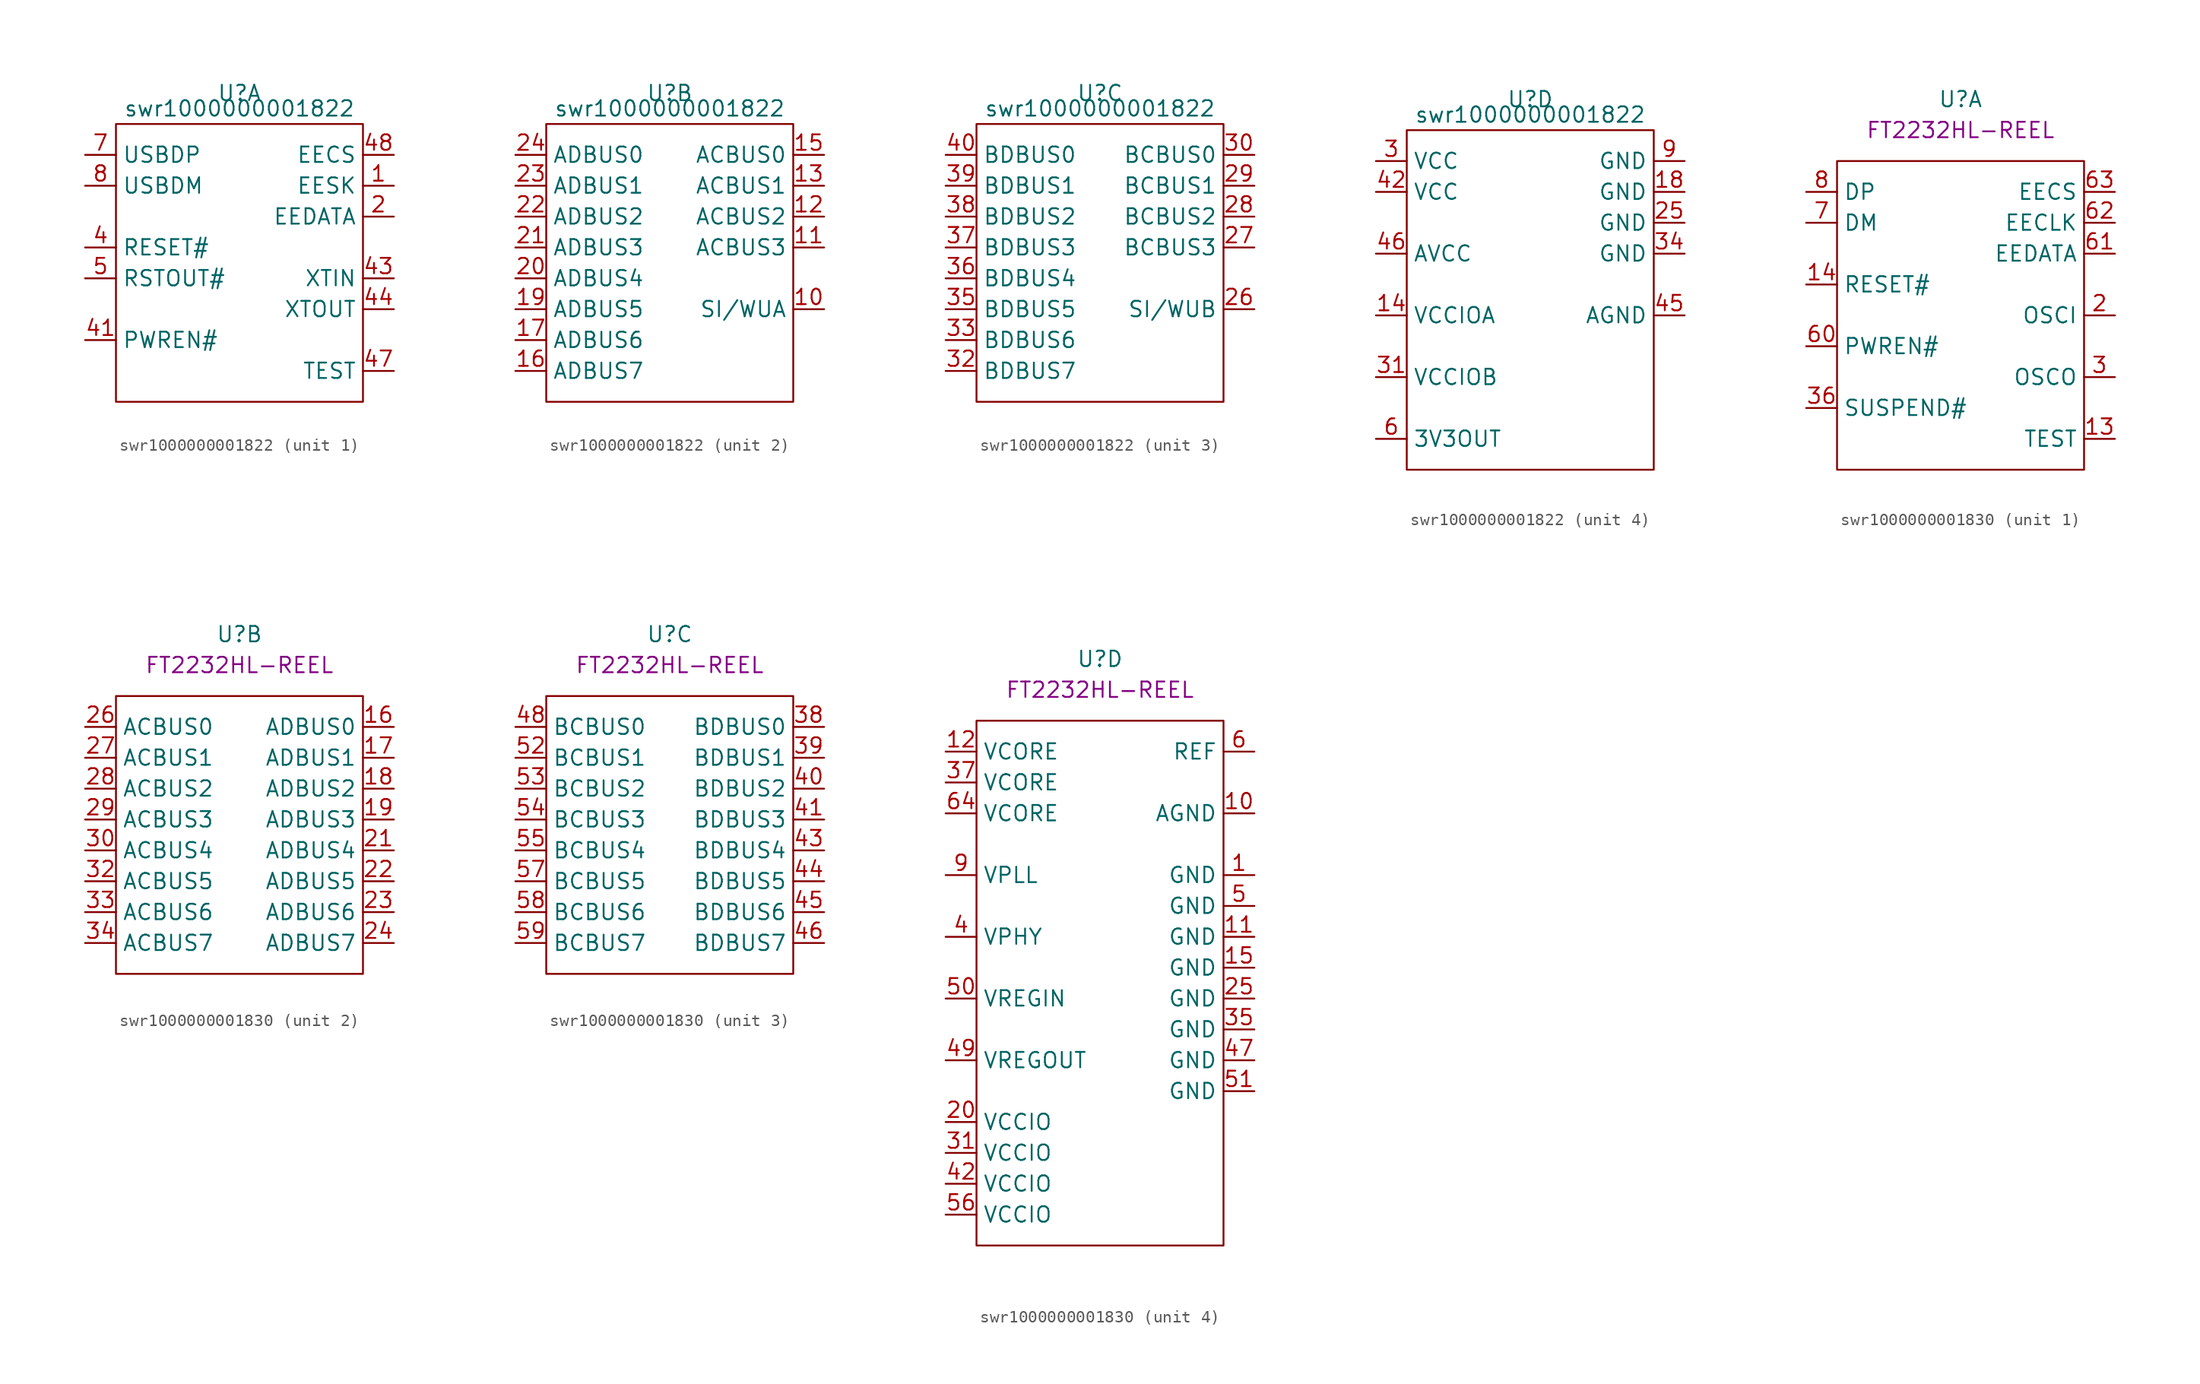
<source format=kicad_sym>
(kicad_symbol_lib
  (version 20211014)
  (generator kicad_symbol_editor)
  (symbol "swr1000000001822"
    (property "Reference" "U"
      (at 0 2.54 0)
      (effects (font (size 1.27 1.27))))
    (property "Value" "swr1000000001822"
      (at 0 1.27 0)
      (effects (font (size 1.27 1.27))))
    (property "ki_locked" ""
      (at 0 0 0)
      (effects (font (size 1.27 1.27))))
    (symbol "swr1000000001822_1_1"
      (rectangle (start -10.16 0) (end 10.16 -22.86) (stroke (width 0) (type default) (color 0 0 0 0)) (fill (type none)))
      (pin unspecified line (at 12.7 -5.08 180) (length 2.54) (name "EESK" (effects (font (size 1.27 1.27)))) (number "1" (effects (font (size 1.27 1.27)))))
      (pin unspecified line (at 12.7 -7.62 180) (length 2.54) (name "EEDATA" (effects (font (size 1.27 1.27)))) (number "2" (effects (font (size 1.27 1.27)))))
      (pin unspecified line (at -12.7 -10.16 0) (length 2.54) (name "RESET#" (effects (font (size 1.27 1.27)))) (number "4" (effects (font (size 1.27 1.27)))))
      (pin unspecified line (at -12.7 -17.78 0) (length 2.54) (name "PWREN#" (effects (font (size 1.27 1.27)))) (number "41" (effects (font (size 1.27 1.27)))))
      (pin unspecified line (at 12.7 -12.7 180) (length 2.54) (name "XTIN" (effects (font (size 1.27 1.27)))) (number "43" (effects (font (size 1.27 1.27)))))
      (pin unspecified line (at 12.7 -15.24 180) (length 2.54) (name "XTOUT" (effects (font (size 1.27 1.27)))) (number "44" (effects (font (size 1.27 1.27)))))
      (pin unspecified line (at 12.7 -20.32 180) (length 2.54) (name "TEST" (effects (font (size 1.27 1.27)))) (number "47" (effects (font (size 1.27 1.27)))))
      (pin unspecified line (at 12.7 -2.54 180) (length 2.54) (name "EECS" (effects (font (size 1.27 1.27)))) (number "48" (effects (font (size 1.27 1.27)))))
      (pin unspecified line (at -12.7 -12.7 0) (length 2.54) (name "RSTOUT#" (effects (font (size 1.27 1.27)))) (number "5" (effects (font (size 1.27 1.27)))))
      (pin unspecified line (at -12.7 -2.54 0) (length 2.54) (name "USBDP" (effects (font (size 1.27 1.27)))) (number "7" (effects (font (size 1.27 1.27)))))
      (pin unspecified line (at -12.7 -5.08 0) (length 2.54) (name "USBDM" (effects (font (size 1.27 1.27)))) (number "8" (effects (font (size 1.27 1.27))))))
    (symbol "swr1000000001822_2_1"
      (rectangle (start -10.16 0) (end 10.16 -22.86) (stroke (width 0) (type default) (color 0 0 0 0)) (fill (type none)))
      (pin unspecified line (at 12.7 -15.24 180) (length 2.54) (name "SI/WUA" (effects (font (size 1.27 1.27)))) (number "10" (effects (font (size 1.27 1.27)))))
      (pin unspecified line (at 12.7 -10.16 180) (length 2.54) (name "ACBUS3" (effects (font (size 1.27 1.27)))) (number "11" (effects (font (size 1.27 1.27)))))
      (pin unspecified line (at 12.7 -7.62 180) (length 2.54) (name "ACBUS2" (effects (font (size 1.27 1.27)))) (number "12" (effects (font (size 1.27 1.27)))))
      (pin unspecified line (at 12.7 -5.08 180) (length 2.54) (name "ACBUS1" (effects (font (size 1.27 1.27)))) (number "13" (effects (font (size 1.27 1.27)))))
      (pin unspecified line (at 12.7 -2.54 180) (length 2.54) (name "ACBUS0" (effects (font (size 1.27 1.27)))) (number "15" (effects (font (size 1.27 1.27)))))
      (pin unspecified line (at -12.7 -20.32 0) (length 2.54) (name "ADBUS7" (effects (font (size 1.27 1.27)))) (number "16" (effects (font (size 1.27 1.27)))))
      (pin unspecified line (at -12.7 -17.78 0) (length 2.54) (name "ADBUS6" (effects (font (size 1.27 1.27)))) (number "17" (effects (font (size 1.27 1.27)))))
      (pin unspecified line (at -12.7 -15.24 0) (length 2.54) (name "ADBUS5" (effects (font (size 1.27 1.27)))) (number "19" (effects (font (size 1.27 1.27)))))
      (pin unspecified line (at -12.7 -12.7 0) (length 2.54) (name "ADBUS4" (effects (font (size 1.27 1.27)))) (number "20" (effects (font (size 1.27 1.27)))))
      (pin unspecified line (at -12.7 -10.16 0) (length 2.54) (name "ADBUS3" (effects (font (size 1.27 1.27)))) (number "21" (effects (font (size 1.27 1.27)))))
      (pin unspecified line (at -12.7 -7.62 0) (length 2.54) (name "ADBUS2" (effects (font (size 1.27 1.27)))) (number "22" (effects (font (size 1.27 1.27)))))
      (pin unspecified line (at -12.7 -5.08 0) (length 2.54) (name "ADBUS1" (effects (font (size 1.27 1.27)))) (number "23" (effects (font (size 1.27 1.27)))))
      (pin unspecified line (at -12.7 -2.54 0) (length 2.54) (name "ADBUS0" (effects (font (size 1.27 1.27)))) (number "24" (effects (font (size 1.27 1.27))))))
    (symbol "swr1000000001822_3_1"
      (rectangle (start -10.16 0) (end 10.16 -22.86) (stroke (width 0) (type default) (color 0 0 0 0)) (fill (type none)))
      (pin unspecified line (at 12.7 -15.24 180) (length 2.54) (name "SI/WUB" (effects (font (size 1.27 1.27)))) (number "26" (effects (font (size 1.27 1.27)))))
      (pin unspecified line (at 12.7 -10.16 180) (length 2.54) (name "BCBUS3" (effects (font (size 1.27 1.27)))) (number "27" (effects (font (size 1.27 1.27)))))
      (pin unspecified line (at 12.7 -7.62 180) (length 2.54) (name "BCBUS2" (effects (font (size 1.27 1.27)))) (number "28" (effects (font (size 1.27 1.27)))))
      (pin unspecified line (at 12.7 -5.08 180) (length 2.54) (name "BCBUS1" (effects (font (size 1.27 1.27)))) (number "29" (effects (font (size 1.27 1.27)))))
      (pin unspecified line (at 12.7 -2.54 180) (length 2.54) (name "BCBUS0" (effects (font (size 1.27 1.27)))) (number "30" (effects (font (size 1.27 1.27)))))
      (pin unspecified line (at -12.7 -20.32 0) (length 2.54) (name "BDBUS7" (effects (font (size 1.27 1.27)))) (number "32" (effects (font (size 1.27 1.27)))))
      (pin unspecified line (at -12.7 -17.78 0) (length 2.54) (name "BDBUS6" (effects (font (size 1.27 1.27)))) (number "33" (effects (font (size 1.27 1.27)))))
      (pin unspecified line (at -12.7 -15.24 0) (length 2.54) (name "BDBUS5" (effects (font (size 1.27 1.27)))) (number "35" (effects (font (size 1.27 1.27)))))
      (pin unspecified line (at -12.7 -12.7 0) (length 2.54) (name "BDBUS4" (effects (font (size 1.27 1.27)))) (number "36" (effects (font (size 1.27 1.27)))))
      (pin unspecified line (at -12.7 -10.16 0) (length 2.54) (name "BDBUS3" (effects (font (size 1.27 1.27)))) (number "37" (effects (font (size 1.27 1.27)))))
      (pin unspecified line (at -12.7 -7.62 0) (length 2.54) (name "BDBUS2" (effects (font (size 1.27 1.27)))) (number "38" (effects (font (size 1.27 1.27)))))
      (pin unspecified line (at -12.7 -5.08 0) (length 2.54) (name "BDBUS1" (effects (font (size 1.27 1.27)))) (number "39" (effects (font (size 1.27 1.27)))))
      (pin unspecified line (at -12.7 -2.54 0) (length 2.54) (name "BDBUS0" (effects (font (size 1.27 1.27)))) (number "40" (effects (font (size 1.27 1.27))))))
    (symbol "swr1000000001822_4_1"
      (rectangle (start -10.16 0) (end 10.16 -27.94) (stroke (width 0) (type default) (color 0 0 0 0)) (fill (type none)))
      (pin unspecified line (at -12.7 -15.24 0) (length 2.54) (name "VCCIOA" (effects (font (size 1.27 1.27)))) (number "14" (effects (font (size 1.27 1.27)))))
      (pin unspecified line (at 12.7 -5.08 180) (length 2.54) (name "GND" (effects (font (size 1.27 1.27)))) (number "18" (effects (font (size 1.27 1.27)))))
      (pin unspecified line (at 12.7 -7.62 180) (length 2.54) (name "GND" (effects (font (size 1.27 1.27)))) (number "25" (effects (font (size 1.27 1.27)))))
      (pin unspecified line (at -12.7 -2.54 0) (length 2.54) (name "VCC" (effects (font (size 1.27 1.27)))) (number "3" (effects (font (size 1.27 1.27)))))
      (pin unspecified line (at -12.7 -20.32 0) (length 2.54) (name "VCCIOB" (effects (font (size 1.27 1.27)))) (number "31" (effects (font (size 1.27 1.27)))))
      (pin unspecified line (at 12.7 -10.16 180) (length 2.54) (name "GND" (effects (font (size 1.27 1.27)))) (number "34" (effects (font (size 1.27 1.27)))))
      (pin unspecified line (at -12.7 -5.08 0) (length 2.54) (name "VCC" (effects (font (size 1.27 1.27)))) (number "42" (effects (font (size 1.27 1.27)))))
      (pin unspecified line (at 12.7 -15.24 180) (length 2.54) (name "AGND" (effects (font (size 1.27 1.27)))) (number "45" (effects (font (size 1.27 1.27)))))
      (pin unspecified line (at -12.7 -10.16 0) (length 2.54) (name "AVCC" (effects (font (size 1.27 1.27)))) (number "46" (effects (font (size 1.27 1.27)))))
      (pin unspecified line (at -12.7 -25.4 0) (length 2.54) (name "3V3OUT" (effects (font (size 1.27 1.27)))) (number "6" (effects (font (size 1.27 1.27)))))
      (pin unspecified line (at 12.7 -2.54 180) (length 2.54) (name "GND" (effects (font (size 1.27 1.27)))) (number "9" (effects (font (size 1.27 1.27)))))))
  (symbol "swr1000000001830"
    (property "Reference" "U"
      (at 0 5.08 0)
      (effects (font (size 1.27 1.27))))
    (property "PartValue" "FT2232HL-REEL"
      (at 0 2.54 0)
      (effects (font (size 1.27 1.27))))
    (property "ki_locked" ""
      (at 0 0 0)
      (effects (font (size 1.27 1.27))))
    (symbol "swr1000000001830_1_1"
      (rectangle (start -10.16 0) (end 10.16 -25.4) (stroke (width 0) (type default) (color 0 0 0 0)) (fill (type none)))
      (pin input line (at 12.7 -22.86 180) (length 2.54) (name "TEST" (effects (font (size 1.27 1.27)))) (number "13" (effects (font (size 1.27 1.27)))))
      (pin input line (at -12.7 -10.16 0) (length 2.54) (name "RESET#" (effects (font (size 1.27 1.27)))) (number "14" (effects (font (size 1.27 1.27)))))
      (pin input line (at 12.7 -12.7 180) (length 2.54) (name "OSCI" (effects (font (size 1.27 1.27)))) (number "2" (effects (font (size 1.27 1.27)))))
      (pin output line (at 12.7 -17.78 180) (length 2.54) (name "OSCO" (effects (font (size 1.27 1.27)))) (number "3" (effects (font (size 1.27 1.27)))))
      (pin bidirectional line (at -12.7 -20.32 0) (length 2.54) (name "SUSPEND#" (effects (font (size 1.27 1.27)))) (number "36" (effects (font (size 1.27 1.27)))))
      (pin bidirectional line (at -12.7 -15.24 0) (length 2.54) (name "PWREN#" (effects (font (size 1.27 1.27)))) (number "60" (effects (font (size 1.27 1.27)))))
      (pin bidirectional line (at 12.7 -7.62 180) (length 2.54) (name "EEDATA" (effects (font (size 1.27 1.27)))) (number "61" (effects (font (size 1.27 1.27)))))
      (pin bidirectional line (at 12.7 -5.08 180) (length 2.54) (name "EECLK" (effects (font (size 1.27 1.27)))) (number "62" (effects (font (size 1.27 1.27)))))
      (pin bidirectional line (at 12.7 -2.54 180) (length 2.54) (name "EECS" (effects (font (size 1.27 1.27)))) (number "63" (effects (font (size 1.27 1.27)))))
      (pin bidirectional line (at -12.7 -5.08 0) (length 2.54) (name "DM" (effects (font (size 1.27 1.27)))) (number "7" (effects (font (size 1.27 1.27)))))
      (pin bidirectional line (at -12.7 -2.54 0) (length 2.54) (name "DP" (effects (font (size 1.27 1.27)))) (number "8" (effects (font (size 1.27 1.27))))))
    (symbol "swr1000000001830_2_1"
      (rectangle (start -10.16 0) (end 10.16 -22.86) (stroke (width 0) (type default) (color 0 0 0 0)) (fill (type none)))
      (pin bidirectional line (at 12.7 -2.54 180) (length 2.54) (name "ADBUS0" (effects (font (size 1.27 1.27)))) (number "16" (effects (font (size 1.27 1.27)))))
      (pin bidirectional line (at 12.7 -5.08 180) (length 2.54) (name "ADBUS1" (effects (font (size 1.27 1.27)))) (number "17" (effects (font (size 1.27 1.27)))))
      (pin bidirectional line (at 12.7 -7.62 180) (length 2.54) (name "ADBUS2" (effects (font (size 1.27 1.27)))) (number "18" (effects (font (size 1.27 1.27)))))
      (pin bidirectional line (at 12.7 -10.16 180) (length 2.54) (name "ADBUS3" (effects (font (size 1.27 1.27)))) (number "19" (effects (font (size 1.27 1.27)))))
      (pin bidirectional line (at 12.7 -12.7 180) (length 2.54) (name "ADBUS4" (effects (font (size 1.27 1.27)))) (number "21" (effects (font (size 1.27 1.27)))))
      (pin bidirectional line (at 12.7 -15.24 180) (length 2.54) (name "ADBUS5" (effects (font (size 1.27 1.27)))) (number "22" (effects (font (size 1.27 1.27)))))
      (pin bidirectional line (at 12.7 -17.78 180) (length 2.54) (name "ADBUS6" (effects (font (size 1.27 1.27)))) (number "23" (effects (font (size 1.27 1.27)))))
      (pin bidirectional line (at 12.7 -20.32 180) (length 2.54) (name "ADBUS7" (effects (font (size 1.27 1.27)))) (number "24" (effects (font (size 1.27 1.27)))))
      (pin bidirectional line (at -12.7 -2.54 0) (length 2.54) (name "ACBUS0" (effects (font (size 1.27 1.27)))) (number "26" (effects (font (size 1.27 1.27)))))
      (pin bidirectional line (at -12.7 -5.08 0) (length 2.54) (name "ACBUS1" (effects (font (size 1.27 1.27)))) (number "27" (effects (font (size 1.27 1.27)))))
      (pin bidirectional line (at -12.7 -7.62 0) (length 2.54) (name "ACBUS2" (effects (font (size 1.27 1.27)))) (number "28" (effects (font (size 1.27 1.27)))))
      (pin bidirectional line (at -12.7 -10.16 0) (length 2.54) (name "ACBUS3" (effects (font (size 1.27 1.27)))) (number "29" (effects (font (size 1.27 1.27)))))
      (pin bidirectional line (at -12.7 -12.7 0) (length 2.54) (name "ACBUS4" (effects (font (size 1.27 1.27)))) (number "30" (effects (font (size 1.27 1.27)))))
      (pin bidirectional line (at -12.7 -15.24 0) (length 2.54) (name "ACBUS5" (effects (font (size 1.27 1.27)))) (number "32" (effects (font (size 1.27 1.27)))))
      (pin bidirectional line (at -12.7 -17.78 0) (length 2.54) (name "ACBUS6" (effects (font (size 1.27 1.27)))) (number "33" (effects (font (size 1.27 1.27)))))
      (pin bidirectional line (at -12.7 -20.32 0) (length 2.54) (name "ACBUS7" (effects (font (size 1.27 1.27)))) (number "34" (effects (font (size 1.27 1.27))))))
    (symbol "swr1000000001830_3_1"
      (rectangle (start -10.16 0) (end 10.16 -22.86) (stroke (width 0) (type default) (color 0 0 0 0)) (fill (type none)))
      (pin bidirectional line (at 12.7 -2.54 180) (length 2.54) (name "BDBUS0" (effects (font (size 1.27 1.27)))) (number "38" (effects (font (size 1.27 1.27)))))
      (pin bidirectional line (at 12.7 -5.08 180) (length 2.54) (name "BDBUS1" (effects (font (size 1.27 1.27)))) (number "39" (effects (font (size 1.27 1.27)))))
      (pin bidirectional line (at 12.7 -7.62 180) (length 2.54) (name "BDBUS2" (effects (font (size 1.27 1.27)))) (number "40" (effects (font (size 1.27 1.27)))))
      (pin bidirectional line (at 12.7 -10.16 180) (length 2.54) (name "BDBUS3" (effects (font (size 1.27 1.27)))) (number "41" (effects (font (size 1.27 1.27)))))
      (pin bidirectional line (at 12.7 -12.7 180) (length 2.54) (name "BDBUS4" (effects (font (size 1.27 1.27)))) (number "43" (effects (font (size 1.27 1.27)))))
      (pin bidirectional line (at 12.7 -15.24 180) (length 2.54) (name "BDBUS5" (effects (font (size 1.27 1.27)))) (number "44" (effects (font (size 1.27 1.27)))))
      (pin bidirectional line (at 12.7 -17.78 180) (length 2.54) (name "BDBUS6" (effects (font (size 1.27 1.27)))) (number "45" (effects (font (size 1.27 1.27)))))
      (pin bidirectional line (at 12.7 -20.32 180) (length 2.54) (name "BDBUS7" (effects (font (size 1.27 1.27)))) (number "46" (effects (font (size 1.27 1.27)))))
      (pin bidirectional line (at -12.7 -2.54 0) (length 2.54) (name "BCBUS0" (effects (font (size 1.27 1.27)))) (number "48" (effects (font (size 1.27 1.27)))))
      (pin bidirectional line (at -12.7 -5.08 0) (length 2.54) (name "BCBUS1" (effects (font (size 1.27 1.27)))) (number "52" (effects (font (size 1.27 1.27)))))
      (pin bidirectional line (at -12.7 -7.62 0) (length 2.54) (name "BCBUS2" (effects (font (size 1.27 1.27)))) (number "53" (effects (font (size 1.27 1.27)))))
      (pin bidirectional line (at -12.7 -10.16 0) (length 2.54) (name "BCBUS3" (effects (font (size 1.27 1.27)))) (number "54" (effects (font (size 1.27 1.27)))))
      (pin bidirectional line (at -12.7 -12.7 0) (length 2.54) (name "BCBUS4" (effects (font (size 1.27 1.27)))) (number "55" (effects (font (size 1.27 1.27)))))
      (pin bidirectional line (at -12.7 -15.24 0) (length 2.54) (name "BCBUS5" (effects (font (size 1.27 1.27)))) (number "57" (effects (font (size 1.27 1.27)))))
      (pin bidirectional line (at -12.7 -17.78 0) (length 2.54) (name "BCBUS6" (effects (font (size 1.27 1.27)))) (number "58" (effects (font (size 1.27 1.27)))))
      (pin bidirectional line (at -12.7 -20.32 0) (length 2.54) (name "BCBUS7" (effects (font (size 1.27 1.27)))) (number "59" (effects (font (size 1.27 1.27))))))
    (symbol "swr1000000001830_4_1"
      (rectangle (start -10.16 0) (end 10.16 -43.18) (stroke (width 0) (type default) (color 0 0 0 0)) (fill (type none)))
      (pin power_in line (at 12.7 -12.7 180) (length 2.54) (name "GND" (effects (font (size 1.27 1.27)))) (number "1" (effects (font (size 1.27 1.27)))))
      (pin power_in line (at 12.7 -7.62 180) (length 2.54) (name "AGND" (effects (font (size 1.27 1.27)))) (number "10" (effects (font (size 1.27 1.27)))))
      (pin power_in line (at 12.7 -17.78 180) (length 2.54) (name "GND" (effects (font (size 1.27 1.27)))) (number "11" (effects (font (size 1.27 1.27)))))
      (pin power_in line (at -12.7 -2.54 0) (length 2.54) (name "VCORE" (effects (font (size 1.27 1.27)))) (number "12" (effects (font (size 1.27 1.27)))))
      (pin power_in line (at 12.7 -20.32 180) (length 2.54) (name "GND" (effects (font (size 1.27 1.27)))) (number "15" (effects (font (size 1.27 1.27)))))
      (pin power_in line (at -12.7 -33.02 0) (length 2.54) (name "VCCIO" (effects (font (size 1.27 1.27)))) (number "20" (effects (font (size 1.27 1.27)))))
      (pin power_in line (at 12.7 -22.86 180) (length 2.54) (name "GND" (effects (font (size 1.27 1.27)))) (number "25" (effects (font (size 1.27 1.27)))))
      (pin power_in line (at -12.7 -35.56 0) (length 2.54) (name "VCCIO" (effects (font (size 1.27 1.27)))) (number "31" (effects (font (size 1.27 1.27)))))
      (pin power_in line (at 12.7 -25.4 180) (length 2.54) (name "GND" (effects (font (size 1.27 1.27)))) (number "35" (effects (font (size 1.27 1.27)))))
      (pin power_in line (at -12.7 -5.08 0) (length 2.54) (name "VCORE" (effects (font (size 1.27 1.27)))) (number "37" (effects (font (size 1.27 1.27)))))
      (pin power_in line (at -12.7 -17.78 0) (length 2.54) (name "VPHY" (effects (font (size 1.27 1.27)))) (number "4" (effects (font (size 1.27 1.27)))))
      (pin power_in line (at -12.7 -38.1 0) (length 2.54) (name "VCCIO" (effects (font (size 1.27 1.27)))) (number "42" (effects (font (size 1.27 1.27)))))
      (pin power_in line (at 12.7 -27.94 180) (length 2.54) (name "GND" (effects (font (size 1.27 1.27)))) (number "47" (effects (font (size 1.27 1.27)))))
      (pin power_in line (at -12.7 -27.94 0) (length 2.54) (name "VREGOUT" (effects (font (size 1.27 1.27)))) (number "49" (effects (font (size 1.27 1.27)))))
      (pin power_in line (at 12.7 -15.24 180) (length 2.54) (name "GND" (effects (font (size 1.27 1.27)))) (number "5" (effects (font (size 1.27 1.27)))))
      (pin power_in line (at -12.7 -22.86 0) (length 2.54) (name "VREGIN" (effects (font (size 1.27 1.27)))) (number "50" (effects (font (size 1.27 1.27)))))
      (pin power_in line (at 12.7 -30.48 180) (length 2.54) (name "GND" (effects (font (size 1.27 1.27)))) (number "51" (effects (font (size 1.27 1.27)))))
      (pin power_in line (at -12.7 -40.64 0) (length 2.54) (name "VCCIO" (effects (font (size 1.27 1.27)))) (number "56" (effects (font (size 1.27 1.27)))))
      (pin input line (at 12.7 -2.54 180) (length 2.54) (name "REF" (effects (font (size 1.27 1.27)))) (number "6" (effects (font (size 1.27 1.27)))))
      (pin power_in line (at -12.7 -7.62 0) (length 2.54) (name "VCORE" (effects (font (size 1.27 1.27)))) (number "64" (effects (font (size 1.27 1.27)))))
      (pin power_in line (at -12.7 -12.7 0) (length 2.54) (name "VPLL" (effects (font (size 1.27 1.27)))) (number "9" (effects (font (size 1.27 1.27))))))))
</source>
